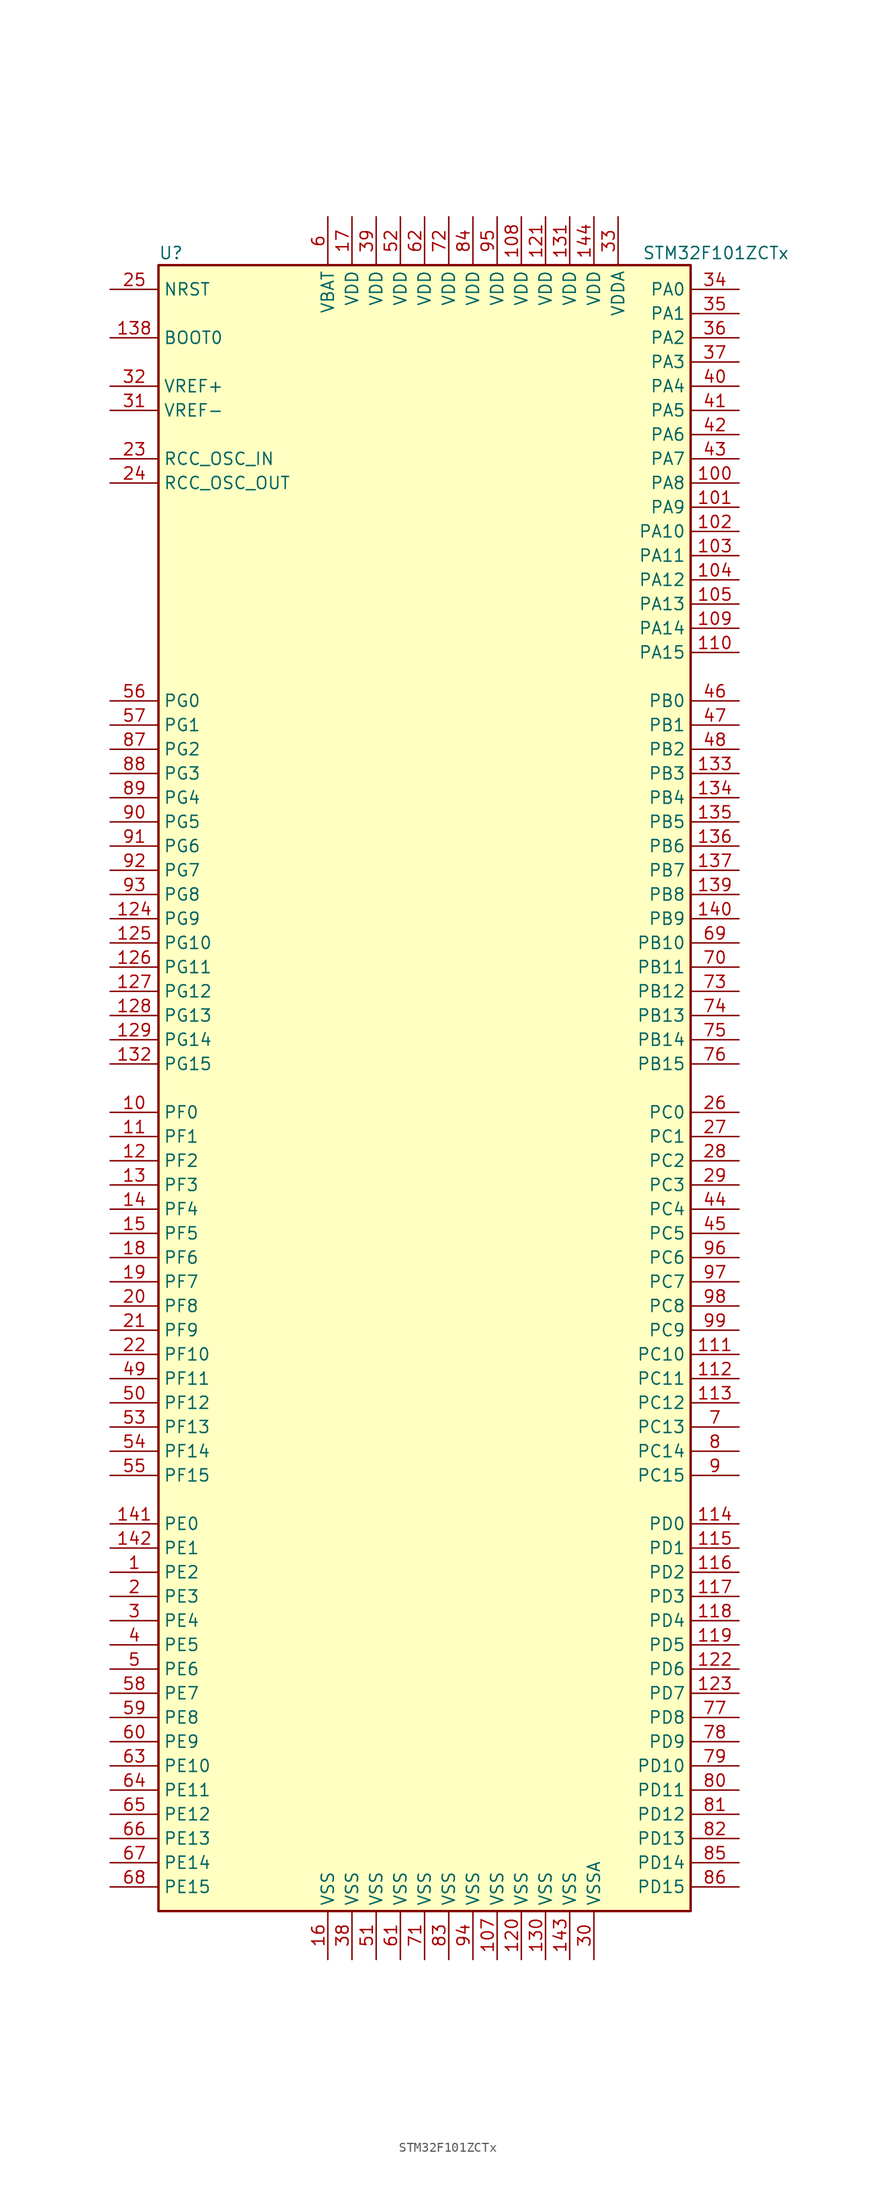
<source format=kicad_sym>
(kicad_symbol_lib
  (version 20200908)
  (generator kicad_symbol_editor)
  (symbol "MCU_ST_STM32F1:STM32F101ZCTx"
    (property "Reference" "U"
      (at -27.94 87.63 0)
      (effects (font (size 1.27 1.27)) (justify left)))
    (property "Value" "STM32F101ZCTx"
      (at 22.86 87.63 0)
      (effects (font (size 1.27 1.27)) (justify left)))
    (symbol "STM32F101ZCTx_0_1"
      (rectangle (start -27.94 -86.36) (end 27.94 86.36) (stroke (width 0.254)) (fill (type background))))
    (symbol "STM32F101ZCTx_1_1"
      (pin input line (at -33.02 78.74 0) (length 5.08) (name "BOOT0" (effects (font (size 1.27 1.27)))) (number "138" (effects (font (size 1.27 1.27)))))
      (pin unconnected line (at -27.94 -83.82 0) (length 5.08) hide (name "NC" (effects (font (size 1.27 1.27)))) (number "106" (effects (font (size 1.27 1.27)))))
      (pin input line (at -33.02 83.82 0) (length 5.08) (name "NRST" (effects (font (size 1.27 1.27)))) (number "25" (effects (font (size 1.27 1.27)))))
      (pin bidirectional line (at 33.02 83.82 180) (length 5.08) (name "PA0" (effects (font (size 1.27 1.27)))) (number "34" (effects (font (size 1.27 1.27)))))
      (pin bidirectional line (at 33.02 81.28 180) (length 5.08) (name "PA1" (effects (font (size 1.27 1.27)))) (number "35" (effects (font (size 1.27 1.27)))))
      (pin bidirectional line (at 33.02 58.42 180) (length 5.08) (name "PA10" (effects (font (size 1.27 1.27)))) (number "102" (effects (font (size 1.27 1.27)))))
      (pin bidirectional line (at 33.02 55.88 180) (length 5.08) (name "PA11" (effects (font (size 1.27 1.27)))) (number "103" (effects (font (size 1.27 1.27)))))
      (pin bidirectional line (at 33.02 53.34 180) (length 5.08) (name "PA12" (effects (font (size 1.27 1.27)))) (number "104" (effects (font (size 1.27 1.27)))))
      (pin bidirectional line (at 33.02 50.8 180) (length 5.08) (name "PA13" (effects (font (size 1.27 1.27)))) (number "105" (effects (font (size 1.27 1.27)))))
      (pin bidirectional line (at 33.02 48.26 180) (length 5.08) (name "PA14" (effects (font (size 1.27 1.27)))) (number "109" (effects (font (size 1.27 1.27)))))
      (pin bidirectional line (at 33.02 45.72 180) (length 5.08) (name "PA15" (effects (font (size 1.27 1.27)))) (number "110" (effects (font (size 1.27 1.27)))))
      (pin bidirectional line (at 33.02 78.74 180) (length 5.08) (name "PA2" (effects (font (size 1.27 1.27)))) (number "36" (effects (font (size 1.27 1.27)))))
      (pin bidirectional line (at 33.02 76.2 180) (length 5.08) (name "PA3" (effects (font (size 1.27 1.27)))) (number "37" (effects (font (size 1.27 1.27)))))
      (pin bidirectional line (at 33.02 73.66 180) (length 5.08) (name "PA4" (effects (font (size 1.27 1.27)))) (number "40" (effects (font (size 1.27 1.27)))))
      (pin bidirectional line (at 33.02 71.12 180) (length 5.08) (name "PA5" (effects (font (size 1.27 1.27)))) (number "41" (effects (font (size 1.27 1.27)))))
      (pin bidirectional line (at 33.02 68.58 180) (length 5.08) (name "PA6" (effects (font (size 1.27 1.27)))) (number "42" (effects (font (size 1.27 1.27)))))
      (pin bidirectional line (at 33.02 66.04 180) (length 5.08) (name "PA7" (effects (font (size 1.27 1.27)))) (number "43" (effects (font (size 1.27 1.27)))))
      (pin bidirectional line (at 33.02 63.5 180) (length 5.08) (name "PA8" (effects (font (size 1.27 1.27)))) (number "100" (effects (font (size 1.27 1.27)))))
      (pin bidirectional line (at 33.02 60.96 180) (length 5.08) (name "PA9" (effects (font (size 1.27 1.27)))) (number "101" (effects (font (size 1.27 1.27)))))
      (pin bidirectional line (at 33.02 40.64 180) (length 5.08) (name "PB0" (effects (font (size 1.27 1.27)))) (number "46" (effects (font (size 1.27 1.27)))))
      (pin bidirectional line (at 33.02 38.1 180) (length 5.08) (name "PB1" (effects (font (size 1.27 1.27)))) (number "47" (effects (font (size 1.27 1.27)))))
      (pin bidirectional line (at 33.02 15.24 180) (length 5.08) (name "PB10" (effects (font (size 1.27 1.27)))) (number "69" (effects (font (size 1.27 1.27)))))
      (pin bidirectional line (at 33.02 12.7 180) (length 5.08) (name "PB11" (effects (font (size 1.27 1.27)))) (number "70" (effects (font (size 1.27 1.27)))))
      (pin bidirectional line (at 33.02 10.16 180) (length 5.08) (name "PB12" (effects (font (size 1.27 1.27)))) (number "73" (effects (font (size 1.27 1.27)))))
      (pin bidirectional line (at 33.02 7.62 180) (length 5.08) (name "PB13" (effects (font (size 1.27 1.27)))) (number "74" (effects (font (size 1.27 1.27)))))
      (pin bidirectional line (at 33.02 5.08 180) (length 5.08) (name "PB14" (effects (font (size 1.27 1.27)))) (number "75" (effects (font (size 1.27 1.27)))))
      (pin bidirectional line (at 33.02 2.54 180) (length 5.08) (name "PB15" (effects (font (size 1.27 1.27)))) (number "76" (effects (font (size 1.27 1.27)))))
      (pin bidirectional line (at 33.02 35.56 180) (length 5.08) (name "PB2" (effects (font (size 1.27 1.27)))) (number "48" (effects (font (size 1.27 1.27)))))
      (pin bidirectional line (at 33.02 33.02 180) (length 5.08) (name "PB3" (effects (font (size 1.27 1.27)))) (number "133" (effects (font (size 1.27 1.27)))))
      (pin bidirectional line (at 33.02 30.48 180) (length 5.08) (name "PB4" (effects (font (size 1.27 1.27)))) (number "134" (effects (font (size 1.27 1.27)))))
      (pin bidirectional line (at 33.02 27.94 180) (length 5.08) (name "PB5" (effects (font (size 1.27 1.27)))) (number "135" (effects (font (size 1.27 1.27)))))
      (pin bidirectional line (at 33.02 25.4 180) (length 5.08) (name "PB6" (effects (font (size 1.27 1.27)))) (number "136" (effects (font (size 1.27 1.27)))))
      (pin bidirectional line (at 33.02 22.86 180) (length 5.08) (name "PB7" (effects (font (size 1.27 1.27)))) (number "137" (effects (font (size 1.27 1.27)))))
      (pin bidirectional line (at 33.02 20.32 180) (length 5.08) (name "PB8" (effects (font (size 1.27 1.27)))) (number "139" (effects (font (size 1.27 1.27)))))
      (pin bidirectional line (at 33.02 17.78 180) (length 5.08) (name "PB9" (effects (font (size 1.27 1.27)))) (number "140" (effects (font (size 1.27 1.27)))))
      (pin bidirectional line (at 33.02 -2.54 180) (length 5.08) (name "PC0" (effects (font (size 1.27 1.27)))) (number "26" (effects (font (size 1.27 1.27)))))
      (pin bidirectional line (at 33.02 -5.08 180) (length 5.08) (name "PC1" (effects (font (size 1.27 1.27)))) (number "27" (effects (font (size 1.27 1.27)))))
      (pin bidirectional line (at 33.02 -27.94 180) (length 5.08) (name "PC10" (effects (font (size 1.27 1.27)))) (number "111" (effects (font (size 1.27 1.27)))))
      (pin bidirectional line (at 33.02 -30.48 180) (length 5.08) (name "PC11" (effects (font (size 1.27 1.27)))) (number "112" (effects (font (size 1.27 1.27)))))
      (pin bidirectional line (at 33.02 -33.02 180) (length 5.08) (name "PC12" (effects (font (size 1.27 1.27)))) (number "113" (effects (font (size 1.27 1.27)))))
      (pin bidirectional line (at 33.02 -35.56 180) (length 5.08) (name "PC13" (effects (font (size 1.27 1.27)))) (number "7" (effects (font (size 1.27 1.27)))))
      (pin bidirectional line (at 33.02 -38.1 180) (length 5.08) (name "PC14" (effects (font (size 1.27 1.27)))) (number "8" (effects (font (size 1.27 1.27)))))
      (pin bidirectional line (at 33.02 -40.64 180) (length 5.08) (name "PC15" (effects (font (size 1.27 1.27)))) (number "9" (effects (font (size 1.27 1.27)))))
      (pin bidirectional line (at 33.02 -7.62 180) (length 5.08) (name "PC2" (effects (font (size 1.27 1.27)))) (number "28" (effects (font (size 1.27 1.27)))))
      (pin bidirectional line (at 33.02 -10.16 180) (length 5.08) (name "PC3" (effects (font (size 1.27 1.27)))) (number "29" (effects (font (size 1.27 1.27)))))
      (pin bidirectional line (at 33.02 -12.7 180) (length 5.08) (name "PC4" (effects (font (size 1.27 1.27)))) (number "44" (effects (font (size 1.27 1.27)))))
      (pin bidirectional line (at 33.02 -15.24 180) (length 5.08) (name "PC5" (effects (font (size 1.27 1.27)))) (number "45" (effects (font (size 1.27 1.27)))))
      (pin bidirectional line (at 33.02 -17.78 180) (length 5.08) (name "PC6" (effects (font (size 1.27 1.27)))) (number "96" (effects (font (size 1.27 1.27)))))
      (pin bidirectional line (at 33.02 -20.32 180) (length 5.08) (name "PC7" (effects (font (size 1.27 1.27)))) (number "97" (effects (font (size 1.27 1.27)))))
      (pin bidirectional line (at 33.02 -22.86 180) (length 5.08) (name "PC8" (effects (font (size 1.27 1.27)))) (number "98" (effects (font (size 1.27 1.27)))))
      (pin bidirectional line (at 33.02 -25.4 180) (length 5.08) (name "PC9" (effects (font (size 1.27 1.27)))) (number "99" (effects (font (size 1.27 1.27)))))
      (pin bidirectional line (at 33.02 -45.72 180) (length 5.08) (name "PD0" (effects (font (size 1.27 1.27)))) (number "114" (effects (font (size 1.27 1.27)))))
      (pin bidirectional line (at 33.02 -48.26 180) (length 5.08) (name "PD1" (effects (font (size 1.27 1.27)))) (number "115" (effects (font (size 1.27 1.27)))))
      (pin bidirectional line (at 33.02 -71.12 180) (length 5.08) (name "PD10" (effects (font (size 1.27 1.27)))) (number "79" (effects (font (size 1.27 1.27)))))
      (pin bidirectional line (at 33.02 -73.66 180) (length 5.08) (name "PD11" (effects (font (size 1.27 1.27)))) (number "80" (effects (font (size 1.27 1.27)))))
      (pin bidirectional line (at 33.02 -76.2 180) (length 5.08) (name "PD12" (effects (font (size 1.27 1.27)))) (number "81" (effects (font (size 1.27 1.27)))))
      (pin bidirectional line (at 33.02 -78.74 180) (length 5.08) (name "PD13" (effects (font (size 1.27 1.27)))) (number "82" (effects (font (size 1.27 1.27)))))
      (pin bidirectional line (at 33.02 -81.28 180) (length 5.08) (name "PD14" (effects (font (size 1.27 1.27)))) (number "85" (effects (font (size 1.27 1.27)))))
      (pin bidirectional line (at 33.02 -83.82 180) (length 5.08) (name "PD15" (effects (font (size 1.27 1.27)))) (number "86" (effects (font (size 1.27 1.27)))))
      (pin bidirectional line (at 33.02 -50.8 180) (length 5.08) (name "PD2" (effects (font (size 1.27 1.27)))) (number "116" (effects (font (size 1.27 1.27)))))
      (pin bidirectional line (at 33.02 -53.34 180) (length 5.08) (name "PD3" (effects (font (size 1.27 1.27)))) (number "117" (effects (font (size 1.27 1.27)))))
      (pin bidirectional line (at 33.02 -55.88 180) (length 5.08) (name "PD4" (effects (font (size 1.27 1.27)))) (number "118" (effects (font (size 1.27 1.27)))))
      (pin bidirectional line (at 33.02 -58.42 180) (length 5.08) (name "PD5" (effects (font (size 1.27 1.27)))) (number "119" (effects (font (size 1.27 1.27)))))
      (pin bidirectional line (at 33.02 -60.96 180) (length 5.08) (name "PD6" (effects (font (size 1.27 1.27)))) (number "122" (effects (font (size 1.27 1.27)))))
      (pin bidirectional line (at 33.02 -63.5 180) (length 5.08) (name "PD7" (effects (font (size 1.27 1.27)))) (number "123" (effects (font (size 1.27 1.27)))))
      (pin bidirectional line (at 33.02 -66.04 180) (length 5.08) (name "PD8" (effects (font (size 1.27 1.27)))) (number "77" (effects (font (size 1.27 1.27)))))
      (pin bidirectional line (at 33.02 -68.58 180) (length 5.08) (name "PD9" (effects (font (size 1.27 1.27)))) (number "78" (effects (font (size 1.27 1.27)))))
      (pin bidirectional line (at -33.02 -45.72 0) (length 5.08) (name "PE0" (effects (font (size 1.27 1.27)))) (number "141" (effects (font (size 1.27 1.27)))))
      (pin bidirectional line (at -33.02 -48.26 0) (length 5.08) (name "PE1" (effects (font (size 1.27 1.27)))) (number "142" (effects (font (size 1.27 1.27)))))
      (pin bidirectional line (at -33.02 -71.12 0) (length 5.08) (name "PE10" (effects (font (size 1.27 1.27)))) (number "63" (effects (font (size 1.27 1.27)))))
      (pin bidirectional line (at -33.02 -73.66 0) (length 5.08) (name "PE11" (effects (font (size 1.27 1.27)))) (number "64" (effects (font (size 1.27 1.27)))))
      (pin bidirectional line (at -33.02 -76.2 0) (length 5.08) (name "PE12" (effects (font (size 1.27 1.27)))) (number "65" (effects (font (size 1.27 1.27)))))
      (pin bidirectional line (at -33.02 -78.74 0) (length 5.08) (name "PE13" (effects (font (size 1.27 1.27)))) (number "66" (effects (font (size 1.27 1.27)))))
      (pin bidirectional line (at -33.02 -81.28 0) (length 5.08) (name "PE14" (effects (font (size 1.27 1.27)))) (number "67" (effects (font (size 1.27 1.27)))))
      (pin bidirectional line (at -33.02 -83.82 0) (length 5.08) (name "PE15" (effects (font (size 1.27 1.27)))) (number "68" (effects (font (size 1.27 1.27)))))
      (pin bidirectional line (at -33.02 -50.8 0) (length 5.08) (name "PE2" (effects (font (size 1.27 1.27)))) (number "1" (effects (font (size 1.27 1.27)))))
      (pin bidirectional line (at -33.02 -53.34 0) (length 5.08) (name "PE3" (effects (font (size 1.27 1.27)))) (number "2" (effects (font (size 1.27 1.27)))))
      (pin bidirectional line (at -33.02 -55.88 0) (length 5.08) (name "PE4" (effects (font (size 1.27 1.27)))) (number "3" (effects (font (size 1.27 1.27)))))
      (pin bidirectional line (at -33.02 -58.42 0) (length 5.08) (name "PE5" (effects (font (size 1.27 1.27)))) (number "4" (effects (font (size 1.27 1.27)))))
      (pin bidirectional line (at -33.02 -60.96 0) (length 5.08) (name "PE6" (effects (font (size 1.27 1.27)))) (number "5" (effects (font (size 1.27 1.27)))))
      (pin bidirectional line (at -33.02 -63.5 0) (length 5.08) (name "PE7" (effects (font (size 1.27 1.27)))) (number "58" (effects (font (size 1.27 1.27)))))
      (pin bidirectional line (at -33.02 -66.04 0) (length 5.08) (name "PE8" (effects (font (size 1.27 1.27)))) (number "59" (effects (font (size 1.27 1.27)))))
      (pin bidirectional line (at -33.02 -68.58 0) (length 5.08) (name "PE9" (effects (font (size 1.27 1.27)))) (number "60" (effects (font (size 1.27 1.27)))))
      (pin bidirectional line (at -33.02 -2.54 0) (length 5.08) (name "PF0" (effects (font (size 1.27 1.27)))) (number "10" (effects (font (size 1.27 1.27)))))
      (pin bidirectional line (at -33.02 -5.08 0) (length 5.08) (name "PF1" (effects (font (size 1.27 1.27)))) (number "11" (effects (font (size 1.27 1.27)))))
      (pin bidirectional line (at -33.02 -27.94 0) (length 5.08) (name "PF10" (effects (font (size 1.27 1.27)))) (number "22" (effects (font (size 1.27 1.27)))))
      (pin bidirectional line (at -33.02 -30.48 0) (length 5.08) (name "PF11" (effects (font (size 1.27 1.27)))) (number "49" (effects (font (size 1.27 1.27)))))
      (pin bidirectional line (at -33.02 -33.02 0) (length 5.08) (name "PF12" (effects (font (size 1.27 1.27)))) (number "50" (effects (font (size 1.27 1.27)))))
      (pin bidirectional line (at -33.02 -35.56 0) (length 5.08) (name "PF13" (effects (font (size 1.27 1.27)))) (number "53" (effects (font (size 1.27 1.27)))))
      (pin bidirectional line (at -33.02 -38.1 0) (length 5.08) (name "PF14" (effects (font (size 1.27 1.27)))) (number "54" (effects (font (size 1.27 1.27)))))
      (pin bidirectional line (at -33.02 -40.64 0) (length 5.08) (name "PF15" (effects (font (size 1.27 1.27)))) (number "55" (effects (font (size 1.27 1.27)))))
      (pin bidirectional line (at -33.02 -7.62 0) (length 5.08) (name "PF2" (effects (font (size 1.27 1.27)))) (number "12" (effects (font (size 1.27 1.27)))))
      (pin bidirectional line (at -33.02 -10.16 0) (length 5.08) (name "PF3" (effects (font (size 1.27 1.27)))) (number "13" (effects (font (size 1.27 1.27)))))
      (pin bidirectional line (at -33.02 -12.7 0) (length 5.08) (name "PF4" (effects (font (size 1.27 1.27)))) (number "14" (effects (font (size 1.27 1.27)))))
      (pin bidirectional line (at -33.02 -15.24 0) (length 5.08) (name "PF5" (effects (font (size 1.27 1.27)))) (number "15" (effects (font (size 1.27 1.27)))))
      (pin bidirectional line (at -33.02 -17.78 0) (length 5.08) (name "PF6" (effects (font (size 1.27 1.27)))) (number "18" (effects (font (size 1.27 1.27)))))
      (pin bidirectional line (at -33.02 -20.32 0) (length 5.08) (name "PF7" (effects (font (size 1.27 1.27)))) (number "19" (effects (font (size 1.27 1.27)))))
      (pin bidirectional line (at -33.02 -22.86 0) (length 5.08) (name "PF8" (effects (font (size 1.27 1.27)))) (number "20" (effects (font (size 1.27 1.27)))))
      (pin bidirectional line (at -33.02 -25.4 0) (length 5.08) (name "PF9" (effects (font (size 1.27 1.27)))) (number "21" (effects (font (size 1.27 1.27)))))
      (pin bidirectional line (at -33.02 40.64 0) (length 5.08) (name "PG0" (effects (font (size 1.27 1.27)))) (number "56" (effects (font (size 1.27 1.27)))))
      (pin bidirectional line (at -33.02 38.1 0) (length 5.08) (name "PG1" (effects (font (size 1.27 1.27)))) (number "57" (effects (font (size 1.27 1.27)))))
      (pin bidirectional line (at -33.02 15.24 0) (length 5.08) (name "PG10" (effects (font (size 1.27 1.27)))) (number "125" (effects (font (size 1.27 1.27)))))
      (pin bidirectional line (at -33.02 12.7 0) (length 5.08) (name "PG11" (effects (font (size 1.27 1.27)))) (number "126" (effects (font (size 1.27 1.27)))))
      (pin bidirectional line (at -33.02 10.16 0) (length 5.08) (name "PG12" (effects (font (size 1.27 1.27)))) (number "127" (effects (font (size 1.27 1.27)))))
      (pin bidirectional line (at -33.02 7.62 0) (length 5.08) (name "PG13" (effects (font (size 1.27 1.27)))) (number "128" (effects (font (size 1.27 1.27)))))
      (pin bidirectional line (at -33.02 5.08 0) (length 5.08) (name "PG14" (effects (font (size 1.27 1.27)))) (number "129" (effects (font (size 1.27 1.27)))))
      (pin bidirectional line (at -33.02 2.54 0) (length 5.08) (name "PG15" (effects (font (size 1.27 1.27)))) (number "132" (effects (font (size 1.27 1.27)))))
      (pin bidirectional line (at -33.02 35.56 0) (length 5.08) (name "PG2" (effects (font (size 1.27 1.27)))) (number "87" (effects (font (size 1.27 1.27)))))
      (pin bidirectional line (at -33.02 33.02 0) (length 5.08) (name "PG3" (effects (font (size 1.27 1.27)))) (number "88" (effects (font (size 1.27 1.27)))))
      (pin bidirectional line (at -33.02 30.48 0) (length 5.08) (name "PG4" (effects (font (size 1.27 1.27)))) (number "89" (effects (font (size 1.27 1.27)))))
      (pin bidirectional line (at -33.02 27.94 0) (length 5.08) (name "PG5" (effects (font (size 1.27 1.27)))) (number "90" (effects (font (size 1.27 1.27)))))
      (pin bidirectional line (at -33.02 25.4 0) (length 5.08) (name "PG6" (effects (font (size 1.27 1.27)))) (number "91" (effects (font (size 1.27 1.27)))))
      (pin bidirectional line (at -33.02 22.86 0) (length 5.08) (name "PG7" (effects (font (size 1.27 1.27)))) (number "92" (effects (font (size 1.27 1.27)))))
      (pin bidirectional line (at -33.02 20.32 0) (length 5.08) (name "PG8" (effects (font (size 1.27 1.27)))) (number "93" (effects (font (size 1.27 1.27)))))
      (pin bidirectional line (at -33.02 17.78 0) (length 5.08) (name "PG9" (effects (font (size 1.27 1.27)))) (number "124" (effects (font (size 1.27 1.27)))))
      (pin input line (at -33.02 66.04 0) (length 5.08) (name "RCC_OSC_IN" (effects (font (size 1.27 1.27)))) (number "23" (effects (font (size 1.27 1.27)))))
      (pin input line (at -33.02 63.5 0) (length 5.08) (name "RCC_OSC_OUT" (effects (font (size 1.27 1.27)))) (number "24" (effects (font (size 1.27 1.27)))))
      (pin power_in line (at -10.16 91.44 270) (length 5.08) (name "VBAT" (effects (font (size 1.27 1.27)))) (number "6" (effects (font (size 1.27 1.27)))))
      (pin power_in line (at 10.16 91.44 270) (length 5.08) (name "VDD" (effects (font (size 1.27 1.27)))) (number "108" (effects (font (size 1.27 1.27)))))
      (pin power_in line (at 12.7 91.44 270) (length 5.08) (name "VDD" (effects (font (size 1.27 1.27)))) (number "121" (effects (font (size 1.27 1.27)))))
      (pin power_in line (at 15.24 91.44 270) (length 5.08) (name "VDD" (effects (font (size 1.27 1.27)))) (number "131" (effects (font (size 1.27 1.27)))))
      (pin power_in line (at 17.78 91.44 270) (length 5.08) (name "VDD" (effects (font (size 1.27 1.27)))) (number "144" (effects (font (size 1.27 1.27)))))
      (pin power_in line (at -7.62 91.44 270) (length 5.08) (name "VDD" (effects (font (size 1.27 1.27)))) (number "17" (effects (font (size 1.27 1.27)))))
      (pin power_in line (at -5.08 91.44 270) (length 5.08) (name "VDD" (effects (font (size 1.27 1.27)))) (number "39" (effects (font (size 1.27 1.27)))))
      (pin power_in line (at -2.54 91.44 270) (length 5.08) (name "VDD" (effects (font (size 1.27 1.27)))) (number "52" (effects (font (size 1.27 1.27)))))
      (pin power_in line (at 0 91.44 270) (length 5.08) (name "VDD" (effects (font (size 1.27 1.27)))) (number "62" (effects (font (size 1.27 1.27)))))
      (pin power_in line (at 2.54 91.44 270) (length 5.08) (name "VDD" (effects (font (size 1.27 1.27)))) (number "72" (effects (font (size 1.27 1.27)))))
      (pin power_in line (at 5.08 91.44 270) (length 5.08) (name "VDD" (effects (font (size 1.27 1.27)))) (number "84" (effects (font (size 1.27 1.27)))))
      (pin power_in line (at 7.62 91.44 270) (length 5.08) (name "VDD" (effects (font (size 1.27 1.27)))) (number "95" (effects (font (size 1.27 1.27)))))
      (pin power_in line (at 20.32 91.44 270) (length 5.08) (name "VDDA" (effects (font (size 1.27 1.27)))) (number "33" (effects (font (size 1.27 1.27)))))
      (pin power_in line (at -33.02 73.66 0) (length 5.08) (name "VREF+" (effects (font (size 1.27 1.27)))) (number "32" (effects (font (size 1.27 1.27)))))
      (pin power_in line (at -33.02 71.12 0) (length 5.08) (name "VREF-" (effects (font (size 1.27 1.27)))) (number "31" (effects (font (size 1.27 1.27)))))
      (pin power_in line (at 7.62 -91.44 90) (length 5.08) (name "VSS" (effects (font (size 1.27 1.27)))) (number "107" (effects (font (size 1.27 1.27)))))
      (pin power_in line (at 10.16 -91.44 90) (length 5.08) (name "VSS" (effects (font (size 1.27 1.27)))) (number "120" (effects (font (size 1.27 1.27)))))
      (pin power_in line (at 12.7 -91.44 90) (length 5.08) (name "VSS" (effects (font (size 1.27 1.27)))) (number "130" (effects (font (size 1.27 1.27)))))
      (pin power_in line (at 15.24 -91.44 90) (length 5.08) (name "VSS" (effects (font (size 1.27 1.27)))) (number "143" (effects (font (size 1.27 1.27)))))
      (pin power_in line (at -10.16 -91.44 90) (length 5.08) (name "VSS" (effects (font (size 1.27 1.27)))) (number "16" (effects (font (size 1.27 1.27)))))
      (pin power_in line (at -7.62 -91.44 90) (length 5.08) (name "VSS" (effects (font (size 1.27 1.27)))) (number "38" (effects (font (size 1.27 1.27)))))
      (pin power_in line (at -5.08 -91.44 90) (length 5.08) (name "VSS" (effects (font (size 1.27 1.27)))) (number "51" (effects (font (size 1.27 1.27)))))
      (pin power_in line (at -2.54 -91.44 90) (length 5.08) (name "VSS" (effects (font (size 1.27 1.27)))) (number "61" (effects (font (size 1.27 1.27)))))
      (pin power_in line (at 0 -91.44 90) (length 5.08) (name "VSS" (effects (font (size 1.27 1.27)))) (number "71" (effects (font (size 1.27 1.27)))))
      (pin power_in line (at 2.54 -91.44 90) (length 5.08) (name "VSS" (effects (font (size 1.27 1.27)))) (number "83" (effects (font (size 1.27 1.27)))))
      (pin power_in line (at 5.08 -91.44 90) (length 5.08) (name "VSS" (effects (font (size 1.27 1.27)))) (number "94" (effects (font (size 1.27 1.27)))))
      (pin power_in line (at 17.78 -91.44 90) (length 5.08) (name "VSSA" (effects (font (size 1.27 1.27)))) (number "30" (effects (font (size 1.27 1.27))))))))
</source>
